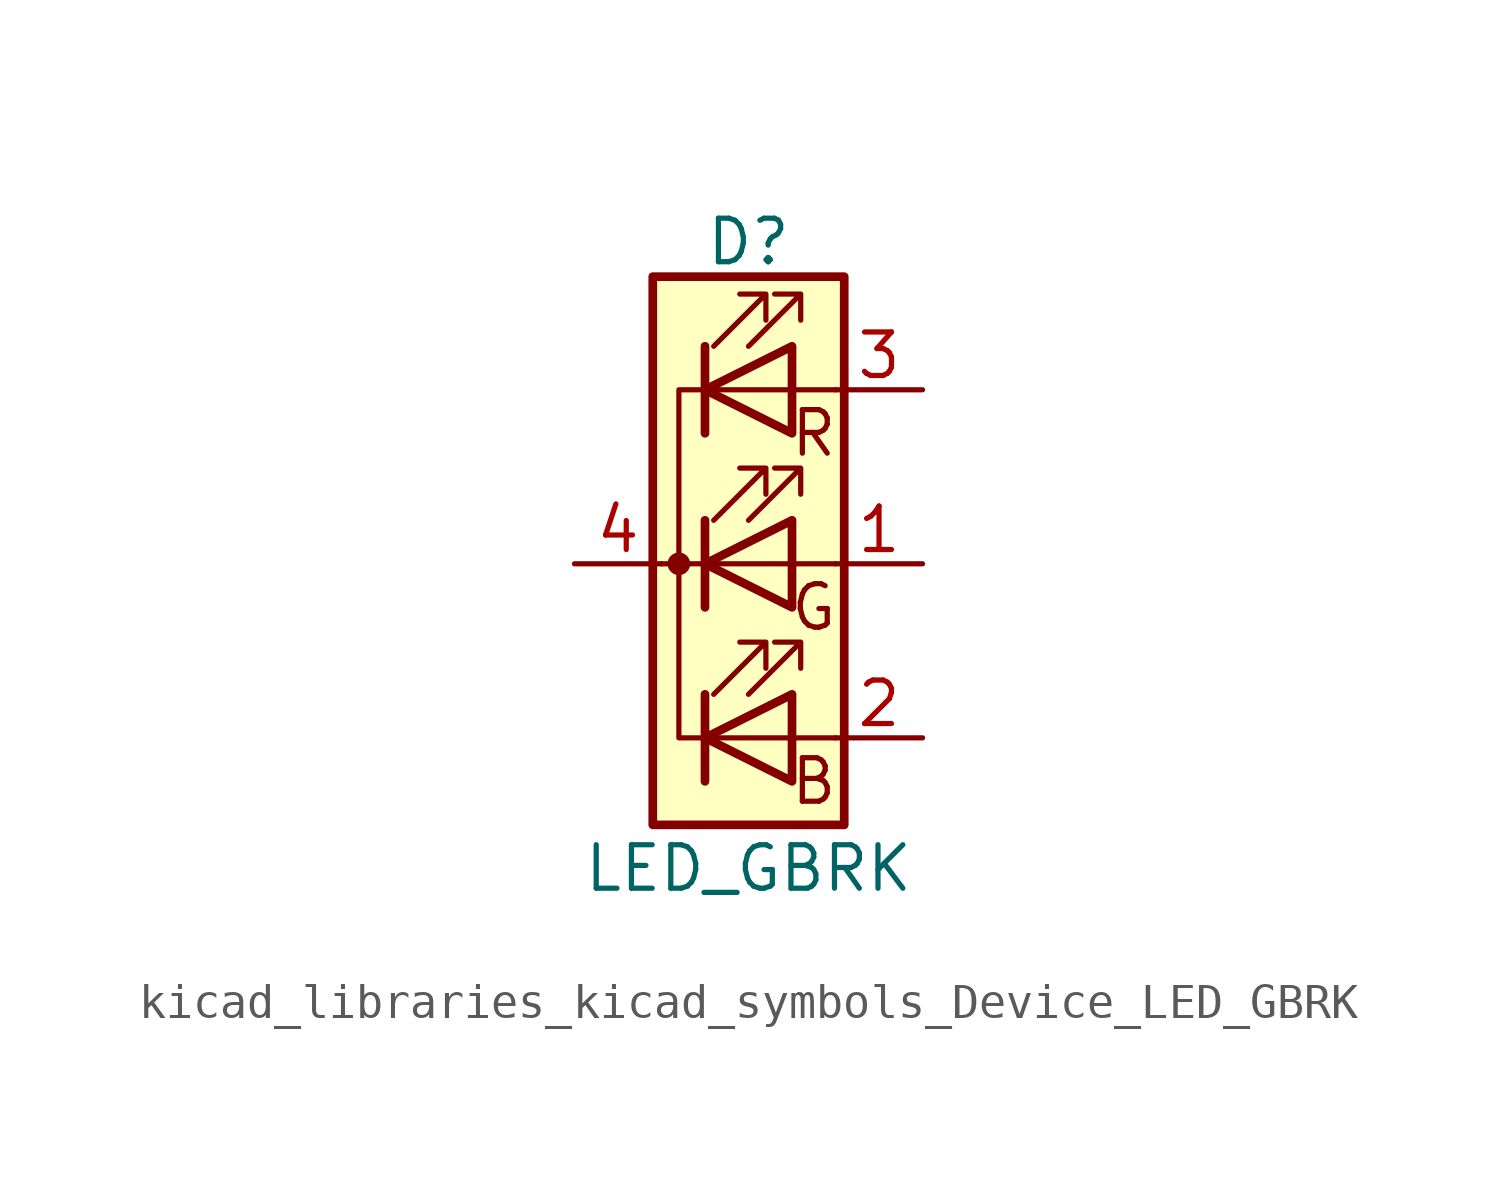
<source format=kicad_sym>
(kicad_symbol_lib
  (version 20220914)
  (generator kicad_symbol_editor)
  (symbol "kicad_libraries_kicad_symbols_Device_LED_GBRK"
    (pin_names
      (offset 0) hide)
    (property "Reference" "D"
      (at 0 9.398 0)
      (effects (font (size 1.27 1.27))))
    (property "Value" "LED_GBRK"
      (at 0 -8.89 0)
      (effects (font (size 1.27 1.27))))
    (symbol "kicad_libraries_kicad_symbols_Device_LED_GBRK_0_0"
      (text "B" (at 1.905 -6.35 0) (effects (font (size 1.27 1.27))))
      (text "G" (at 1.905 -1.27 0) (effects (font (size 1.27 1.27))))
      (text "R" (at 1.905 3.81 0) (effects (font (size 1.27 1.27)))))
    (symbol "kicad_libraries_kicad_symbols_Device_LED_GBRK_0_1"
      (circle (center -2.032 0) (radius 0.254) (stroke (width 0) (type default)) (fill (type outline)))
      (polyline (pts (xy -1.27 -5.08) (xy 1.27 -5.08)) (stroke (width 0) (type default)) (fill (type none)))
      (polyline (pts (xy -1.27 -3.81) (xy -1.27 -6.35)) (stroke (width 0.254) (type default)) (fill (type none)))
      (polyline (pts (xy -1.27 0) (xy -2.54 0)) (stroke (width 0) (type default)) (fill (type none)))
      (polyline (pts (xy -1.27 1.27) (xy -1.27 -1.27)) (stroke (width 0.254) (type default)) (fill (type none)))
      (polyline (pts (xy -1.27 5.08) (xy 1.27 5.08)) (stroke (width 0) (type default)) (fill (type none)))
      (polyline (pts (xy -1.27 6.35) (xy -1.27 3.81)) (stroke (width 0.254) (type default)) (fill (type none)))
      (polyline (pts (xy 1.27 -5.08) (xy 2.54 -5.08)) (stroke (width 0) (type default)) (fill (type none)))
      (polyline (pts (xy 1.27 0) (xy -1.27 0)) (stroke (width 0) (type default)) (fill (type none)))
      (polyline (pts (xy 1.27 0) (xy 2.54 0)) (stroke (width 0) (type default)) (fill (type none)))
      (polyline (pts (xy 1.27 5.08) (xy 2.54 5.08)) (stroke (width 0) (type default)) (fill (type none)))
      (polyline (pts (xy -1.27 1.27) (xy -1.27 -1.27) (xy -1.27 -1.27)) (stroke (width 0) (type default)) (fill (type none)))
      (polyline (pts (xy -1.27 6.35) (xy -1.27 3.81) (xy -1.27 3.81)) (stroke (width 0) (type default)) (fill (type none)))
      (polyline (pts (xy -1.27 5.08) (xy -2.032 5.08) (xy -2.032 -5.08) (xy -1.016 -5.08)) (stroke (width 0) (type default)) (fill (type none)))
      (polyline (pts (xy 1.27 -3.81) (xy 1.27 -6.35) (xy -1.27 -5.08) (xy 1.27 -3.81)) (stroke (width 0.254) (type default)) (fill (type none)))
      (polyline (pts (xy 1.27 1.27) (xy 1.27 -1.27) (xy -1.27 0) (xy 1.27 1.27)) (stroke (width 0.254) (type default)) (fill (type none)))
      (polyline (pts (xy 1.27 6.35) (xy 1.27 3.81) (xy -1.27 5.08) (xy 1.27 6.35)) (stroke (width 0.254) (type default)) (fill (type none)))
      (polyline (pts (xy -1.016 -3.81) (xy 0.508 -2.286) (xy -0.254 -2.286) (xy 0.508 -2.286) (xy 0.508 -3.048)) (stroke (width 0) (type default)) (fill (type none)))
      (polyline (pts (xy -1.016 1.27) (xy 0.508 2.794) (xy -0.254 2.794) (xy 0.508 2.794) (xy 0.508 2.032)) (stroke (width 0) (type default)) (fill (type none)))
      (polyline (pts (xy -1.016 6.35) (xy 0.508 7.874) (xy -0.254 7.874) (xy 0.508 7.874) (xy 0.508 7.112)) (stroke (width 0) (type default)) (fill (type none)))
      (polyline (pts (xy 0 -3.81) (xy 1.524 -2.286) (xy 0.762 -2.286) (xy 1.524 -2.286) (xy 1.524 -3.048)) (stroke (width 0) (type default)) (fill (type none)))
      (polyline (pts (xy 0 1.27) (xy 1.524 2.794) (xy 0.762 2.794) (xy 1.524 2.794) (xy 1.524 2.032)) (stroke (width 0) (type default)) (fill (type none)))
      (polyline (pts (xy 0 6.35) (xy 1.524 7.874) (xy 0.762 7.874) (xy 1.524 7.874) (xy 1.524 7.112)) (stroke (width 0) (type default)) (fill (type none)))
      (rectangle (start 1.27 -1.27) (end 1.27 1.27) (stroke (width 0) (type default)) (fill (type none)))
      (rectangle (start 1.27 1.27) (end 1.27 1.27) (stroke (width 0) (type default)) (fill (type none)))
      (rectangle (start 1.27 3.81) (end 1.27 6.35) (stroke (width 0) (type default)) (fill (type none)))
      (rectangle (start 1.27 6.35) (end 1.27 6.35) (stroke (width 0) (type default)) (fill (type none)))
      (rectangle (start 2.794 8.382) (end -2.794 -7.62) (stroke (width 0.254) (type default)) (fill (type background))))
    (symbol "kicad_libraries_kicad_symbols_Device_LED_GBRK_1_1"
      (pin passive line (at 5.08 0 180) (length 2.54) (name "GA" (effects (font (size 1.27 1.27)))) (number "1" (effects (font (size 1.27 1.27)))))
      (pin passive line (at 5.08 -5.08 180) (length 2.54) (name "BA" (effects (font (size 1.27 1.27)))) (number "2" (effects (font (size 1.27 1.27)))))
      (pin passive line (at 5.08 5.08 180) (length 2.54) (name "RA" (effects (font (size 1.27 1.27)))) (number "3" (effects (font (size 1.27 1.27)))))
      (pin passive line (at -5.08 0 0) (length 2.54) (name "K" (effects (font (size 1.27 1.27)))) (number "4" (effects (font (size 1.27 1.27))))))))
</source>
